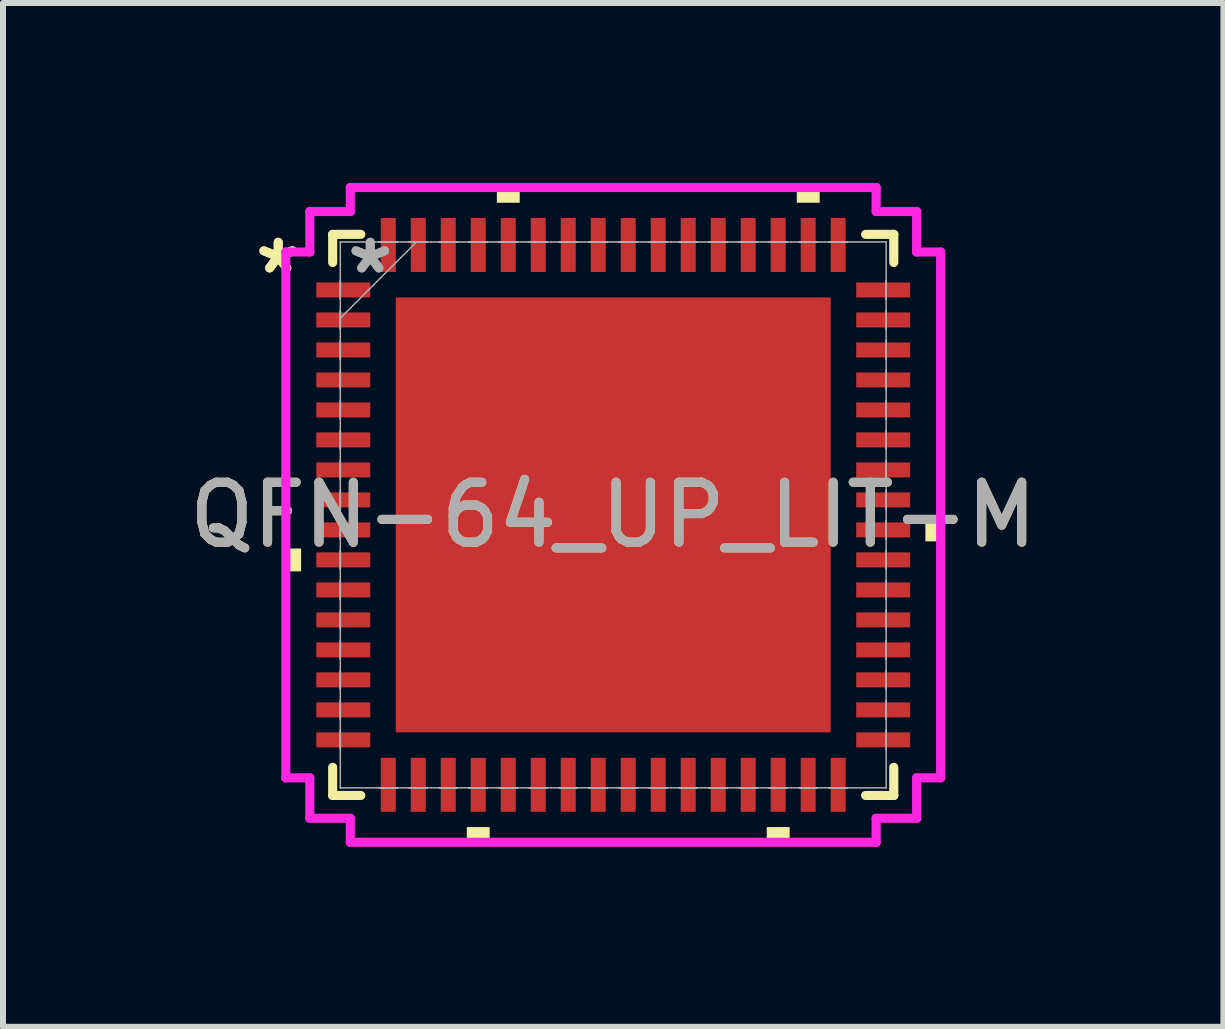
<source format=kicad_pcb>
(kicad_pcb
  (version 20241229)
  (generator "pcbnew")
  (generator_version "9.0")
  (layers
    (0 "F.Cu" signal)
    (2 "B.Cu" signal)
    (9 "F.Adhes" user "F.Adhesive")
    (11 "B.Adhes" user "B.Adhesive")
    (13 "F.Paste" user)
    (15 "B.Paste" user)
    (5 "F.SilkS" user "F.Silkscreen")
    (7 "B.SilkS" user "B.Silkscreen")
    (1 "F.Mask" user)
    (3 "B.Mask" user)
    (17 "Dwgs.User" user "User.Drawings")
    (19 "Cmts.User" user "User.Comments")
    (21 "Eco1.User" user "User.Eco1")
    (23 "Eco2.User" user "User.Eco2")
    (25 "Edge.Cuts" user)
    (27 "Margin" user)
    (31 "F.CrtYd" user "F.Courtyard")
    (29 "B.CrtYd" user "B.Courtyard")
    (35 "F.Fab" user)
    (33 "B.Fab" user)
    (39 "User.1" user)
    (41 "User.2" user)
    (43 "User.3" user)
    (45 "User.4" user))
  (footprint "QFN-64_UP_LIT-M"
    (layer "F.Cu")
    (at 7.173 5.534)
    (property "Reference" "QFN-64_UP_LIT-M" (at 0 0 0) (unlocked yes) (layer "F.SilkS") (effects (font (size 1 1) (thickness 0.15))))
    (attr smd)
    (fp_line (start -4.677 -4.677) (end -4.677 -4.208) (stroke (width 0.152) (type solid)) (layer "F.SilkS"))
    (fp_line (start -4.677 4.208) (end -4.677 4.677) (stroke (width 0.152) (type solid)) (layer "F.SilkS"))
    (fp_line (start -4.677 4.677) (end -4.208 4.677) (stroke (width 0.152) (type solid)) (layer "F.SilkS"))
    (fp_line (start -4.208 -4.677) (end -4.677 -4.677) (stroke (width 0.152) (type solid)) (layer "F.SilkS"))
    (fp_line (start 4.208 4.677) (end 4.677 4.677) (stroke (width 0.152) (type solid)) (layer "F.SilkS"))
    (fp_line (start 4.677 -4.677) (end 4.208 -4.677) (stroke (width 0.152) (type solid)) (layer "F.SilkS"))
    (fp_line (start 4.677 -4.208) (end 4.677 -4.677) (stroke (width 0.152) (type solid)) (layer "F.SilkS"))
    (fp_line (start 4.677 4.677) (end 4.677 4.208) (stroke (width 0.152) (type solid)) (layer "F.SilkS"))
    (fp_poly (pts (xy -5.458 0.56) (xy -5.458 0.941) (xy -5.204 0.941) (xy -5.204 0.56)) (stroke (width 0) (type solid)) (fill yes) (layer "F.SilkS"))
    (fp_poly (pts (xy -2.441 5.204) (xy -2.441 5.458) (xy -2.06 5.458) (xy -2.06 5.204)) (stroke (width 0) (type solid)) (fill yes) (layer "F.SilkS"))
    (fp_poly (pts (xy -1.94 -5.204) (xy -1.94 -5.458) (xy -1.559 -5.458) (xy -1.559 -5.204)) (stroke (width 0) (type solid)) (fill yes) (layer "F.SilkS"))
    (fp_poly (pts (xy 2.559 5.204) (xy 2.559 5.458) (xy 2.941 5.458) (xy 2.941 5.204)) (stroke (width 0) (type solid)) (fill yes) (layer "F.SilkS"))
    (fp_poly (pts (xy 3.06 -5.204) (xy 3.06 -5.458) (xy 3.441 -5.458) (xy 3.441 -5.204)) (stroke (width 0) (type solid)) (fill yes) (layer "F.SilkS"))
    (fp_poly (pts (xy 5.458 0.059) (xy 5.458 0.441) (xy 5.204 0.441) (xy 5.204 0.059)) (stroke (width 0) (type solid)) (fill yes) (layer "F.SilkS"))
    (fp_poly (pts (xy -3.525 -3.525) (xy -3.525 -2.275) (xy -2.275 -2.275) (xy -2.275 -3.525)) (stroke (width 0) (type solid)) (fill yes) (layer "F.Paste"))
    (fp_poly (pts (xy -3.525 -2.075) (xy -3.525 -0.825) (xy -2.275 -0.825) (xy -2.275 -2.075)) (stroke (width 0) (type solid)) (fill yes) (layer "F.Paste"))
    (fp_poly (pts (xy -3.525 -0.625) (xy -3.525 0.625) (xy -2.275 0.625) (xy -2.275 -0.625)) (stroke (width 0) (type solid)) (fill yes) (layer "F.Paste"))
    (fp_poly (pts (xy -3.525 0.825) (xy -3.525 2.075) (xy -2.275 2.075) (xy -2.275 0.825)) (stroke (width 0) (type solid)) (fill yes) (layer "F.Paste"))
    (fp_poly (pts (xy -3.525 2.275) (xy -3.525 3.525) (xy -2.275 3.525) (xy -2.275 2.275)) (stroke (width 0) (type solid)) (fill yes) (layer "F.Paste"))
    (fp_poly (pts (xy -2.075 -3.525) (xy -2.075 -2.275) (xy -0.825 -2.275) (xy -0.825 -3.525)) (stroke (width 0) (type solid)) (fill yes) (layer "F.Paste"))
    (fp_poly (pts (xy -2.075 -2.075) (xy -2.075 -0.825) (xy -0.825 -0.825) (xy -0.825 -2.075)) (stroke (width 0) (type solid)) (fill yes) (layer "F.Paste"))
    (fp_poly (pts (xy -2.075 -0.625) (xy -2.075 0.625) (xy -0.825 0.625) (xy -0.825 -0.625)) (stroke (width 0) (type solid)) (fill yes) (layer "F.Paste"))
    (fp_poly (pts (xy -2.075 0.825) (xy -2.075 2.075) (xy -0.825 2.075) (xy -0.825 0.825)) (stroke (width 0) (type solid)) (fill yes) (layer "F.Paste"))
    (fp_poly (pts (xy -2.075 2.275) (xy -2.075 3.525) (xy -0.825 3.525) (xy -0.825 2.275)) (stroke (width 0) (type solid)) (fill yes) (layer "F.Paste"))
    (fp_poly (pts (xy -0.625 -3.525) (xy -0.625 -2.275) (xy 0.625 -2.275) (xy 0.625 -3.525)) (stroke (width 0) (type solid)) (fill yes) (layer "F.Paste"))
    (fp_poly (pts (xy -0.625 -2.075) (xy -0.625 -0.825) (xy 0.625 -0.825) (xy 0.625 -2.075)) (stroke (width 0) (type solid)) (fill yes) (layer "F.Paste"))
    (fp_poly (pts (xy -0.625 -0.625) (xy -0.625 0.625) (xy 0.625 0.625) (xy 0.625 -0.625)) (stroke (width 0) (type solid)) (fill yes) (layer "F.Paste"))
    (fp_poly (pts (xy -0.625 0.825) (xy -0.625 2.075) (xy 0.625 2.075) (xy 0.625 0.825)) (stroke (width 0) (type solid)) (fill yes) (layer "F.Paste"))
    (fp_poly (pts (xy -0.625 2.275) (xy -0.625 3.525) (xy 0.625 3.525) (xy 0.625 2.275)) (stroke (width 0) (type solid)) (fill yes) (layer "F.Paste"))
    (fp_poly (pts (xy 0.825 -3.525) (xy 0.825 -2.275) (xy 2.075 -2.275) (xy 2.075 -3.525)) (stroke (width 0) (type solid)) (fill yes) (layer "F.Paste"))
    (fp_poly (pts (xy 0.825 -2.075) (xy 0.825 -0.825) (xy 2.075 -0.825) (xy 2.075 -2.075)) (stroke (width 0) (type solid)) (fill yes) (layer "F.Paste"))
    (fp_poly (pts (xy 0.825 -0.625) (xy 0.825 0.625) (xy 2.075 0.625) (xy 2.075 -0.625)) (stroke (width 0) (type solid)) (fill yes) (layer "F.Paste"))
    (fp_poly (pts (xy 0.825 0.825) (xy 0.825 2.075) (xy 2.075 2.075) (xy 2.075 0.825)) (stroke (width 0) (type solid)) (fill yes) (layer "F.Paste"))
    (fp_poly (pts (xy 0.825 2.275) (xy 0.825 3.525) (xy 2.075 3.525) (xy 2.075 2.275)) (stroke (width 0) (type solid)) (fill yes) (layer "F.Paste"))
    (fp_poly (pts (xy 2.275 -3.525) (xy 2.275 -2.275) (xy 3.525 -2.275) (xy 3.525 -3.525)) (stroke (width 0) (type solid)) (fill yes) (layer "F.Paste"))
    (fp_poly (pts (xy 2.275 -2.075) (xy 2.275 -0.825) (xy 3.525 -0.825) (xy 3.525 -2.075)) (stroke (width 0) (type solid)) (fill yes) (layer "F.Paste"))
    (fp_poly (pts (xy 2.275 -0.625) (xy 2.275 0.625) (xy 3.525 0.625) (xy 3.525 -0.625)) (stroke (width 0) (type solid)) (fill yes) (layer "F.Paste"))
    (fp_poly (pts (xy 2.275 0.825) (xy 2.275 2.075) (xy 3.525 2.075) (xy 3.525 0.825)) (stroke (width 0) (type solid)) (fill yes) (layer "F.Paste"))
    (fp_poly (pts (xy 2.275 2.275) (xy 2.275 3.525) (xy 3.525 3.525) (xy 3.525 2.275)) (stroke (width 0) (type solid)) (fill yes) (layer "F.Paste"))
    (fp_line (start -5.458 -4.383) (end -5.058 -4.383) (stroke (width 0.152) (type solid)) (layer "F.CrtYd"))
    (fp_line (start -5.458 4.383) (end -5.458 -4.383) (stroke (width 0.152) (type solid)) (layer "F.CrtYd"))
    (fp_line (start -5.058 -5.058) (end -4.383 -5.058) (stroke (width 0.152) (type solid)) (layer "F.CrtYd"))
    (fp_line (start -5.058 -4.383) (end -5.058 -5.058) (stroke (width 0.152) (type solid)) (layer "F.CrtYd"))
    (fp_line (start -5.058 4.383) (end -5.458 4.383) (stroke (width 0.152) (type solid)) (layer "F.CrtYd"))
    (fp_line (start -5.058 5.058) (end -5.058 4.383) (stroke (width 0.152) (type solid)) (layer "F.CrtYd"))
    (fp_line (start -4.383 -5.458) (end 4.383 -5.458) (stroke (width 0.152) (type solid)) (layer "F.CrtYd"))
    (fp_line (start -4.383 -5.058) (end -4.383 -5.458) (stroke (width 0.152) (type solid)) (layer "F.CrtYd"))
    (fp_line (start -4.383 5.058) (end -5.058 5.058) (stroke (width 0.152) (type solid)) (layer "F.CrtYd"))
    (fp_line (start -4.383 5.458) (end -4.383 5.058) (stroke (width 0.152) (type solid)) (layer "F.CrtYd"))
    (fp_line (start 4.383 -5.458) (end 4.383 -5.058) (stroke (width 0.152) (type solid)) (layer "F.CrtYd"))
    (fp_line (start 4.383 -5.058) (end 5.058 -5.058) (stroke (width 0.152) (type solid)) (layer "F.CrtYd"))
    (fp_line (start 4.383 5.058) (end 4.383 5.458) (stroke (width 0.152) (type solid)) (layer "F.CrtYd"))
    (fp_line (start 4.383 5.458) (end -4.383 5.458) (stroke (width 0.152) (type solid)) (layer "F.CrtYd"))
    (fp_line (start 5.058 -5.058) (end 5.058 -4.383) (stroke (width 0.152) (type solid)) (layer "F.CrtYd"))
    (fp_line (start 5.058 -4.383) (end 5.458 -4.383) (stroke (width 0.152) (type solid)) (layer "F.CrtYd"))
    (fp_line (start 5.058 4.383) (end 5.058 5.058) (stroke (width 0.152) (type solid)) (layer "F.CrtYd"))
    (fp_line (start 5.058 5.058) (end 4.383 5.058) (stroke (width 0.152) (type solid)) (layer "F.CrtYd"))
    (fp_line (start 5.458 -4.383) (end 5.458 4.383) (stroke (width 0.152) (type solid)) (layer "F.CrtYd"))
    (fp_line (start 5.458 4.383) (end 5.058 4.383) (stroke (width 0.152) (type solid)) (layer "F.CrtYd"))
    (fp_line (start -4.55 -4.55) (end -4.55 -4.55) (stroke (width 0.025) (type solid)) (layer "F.Fab"))
    (fp_line (start -4.55 -4.55) (end -4.55 4.55) (stroke (width 0.025) (type solid)) (layer "F.Fab"))
    (fp_line (start -4.55 -3.9) (end -4.55 -3.9) (stroke (width 0.025) (type solid)) (layer "F.Fab"))
    (fp_line (start -4.55 -3.9) (end -4.55 -3.6) (stroke (width 0.025) (type solid)) (layer "F.Fab"))
    (fp_line (start -4.55 -3.6) (end -4.55 -3.9) (stroke (width 0.025) (type solid)) (layer "F.Fab"))
    (fp_line (start -4.55 -3.6) (end -4.55 -3.6) (stroke (width 0.025) (type solid)) (layer "F.Fab"))
    (fp_line (start -4.55 -3.4) (end -4.55 -3.4) (stroke (width 0.025) (type solid)) (layer "F.Fab"))
    (fp_line (start -4.55 -3.4) (end -4.55 -3.1) (stroke (width 0.025) (type solid)) (layer "F.Fab"))
    (fp_line (start -4.55 -3.28) (end -3.28 -4.55) (stroke (width 0.025) (type solid)) (layer "F.Fab"))
    (fp_line (start -4.55 -3.1) (end -4.55 -3.4) (stroke (width 0.025) (type solid)) (layer "F.Fab"))
    (fp_line (start -4.55 -3.1) (end -4.55 -3.1) (stroke (width 0.025) (type solid)) (layer "F.Fab"))
    (fp_line (start -4.55 -2.9) (end -4.55 -2.9) (stroke (width 0.025) (type solid)) (layer "F.Fab"))
    (fp_line (start -4.55 -2.9) (end -4.55 -2.6) (stroke (width 0.025) (type solid)) (layer "F.Fab"))
    (fp_line (start -4.55 -2.6) (end -4.55 -2.9) (stroke (width 0.025) (type solid)) (layer "F.Fab"))
    (fp_line (start -4.55 -2.6) (end -4.55 -2.6) (stroke (width 0.025) (type solid)) (layer "F.Fab"))
    (fp_line (start -4.55 -2.4) (end -4.55 -2.4) (stroke (width 0.025) (type solid)) (layer "F.Fab"))
    (fp_line (start -4.55 -2.4) (end -4.55 -2.1) (stroke (width 0.025) (type solid)) (layer "F.Fab"))
    (fp_line (start -4.55 -2.1) (end -4.55 -2.4) (stroke (width 0.025) (type solid)) (layer "F.Fab"))
    (fp_line (start -4.55 -2.1) (end -4.55 -2.1) (stroke (width 0.025) (type solid)) (layer "F.Fab"))
    (fp_line (start -4.55 -1.9) (end -4.55 -1.9) (stroke (width 0.025) (type solid)) (layer "F.Fab"))
    (fp_line (start -4.55 -1.9) (end -4.55 -1.6) (stroke (width 0.025) (type solid)) (layer "F.Fab"))
    (fp_line (start -4.55 -1.6) (end -4.55 -1.9) (stroke (width 0.025) (type solid)) (layer "F.Fab"))
    (fp_line (start -4.55 -1.6) (end -4.55 -1.6) (stroke (width 0.025) (type solid)) (layer "F.Fab"))
    (fp_line (start -4.55 -1.4) (end -4.55 -1.4) (stroke (width 0.025) (type solid)) (layer "F.Fab"))
    (fp_line (start -4.55 -1.4) (end -4.55 -1.1) (stroke (width 0.025) (type solid)) (layer "F.Fab"))
    (fp_line (start -4.55 -1.1) (end -4.55 -1.4) (stroke (width 0.025) (type solid)) (layer "F.Fab"))
    (fp_line (start -4.55 -1.1) (end -4.55 -1.1) (stroke (width 0.025) (type solid)) (layer "F.Fab"))
    (fp_line (start -4.55 -0.9) (end -4.55 -0.9) (stroke (width 0.025) (type solid)) (layer "F.Fab"))
    (fp_line (start -4.55 -0.9) (end -4.55 -0.6) (stroke (width 0.025) (type solid)) (layer "F.Fab"))
    (fp_line (start -4.55 -0.6) (end -4.55 -0.9) (stroke (width 0.025) (type solid)) (layer "F.Fab"))
    (fp_line (start -4.55 -0.6) (end -4.55 -0.6) (stroke (width 0.025) (type solid)) (layer "F.Fab"))
    (fp_line (start -4.55 -0.4) (end -4.55 -0.4) (stroke (width 0.025) (type solid)) (layer "F.Fab"))
    (fp_line (start -4.55 -0.4) (end -4.55 -0.1) (stroke (width 0.025) (type solid)) (layer "F.Fab"))
    (fp_line (start -4.55 -0.1) (end -4.55 -0.4) (stroke (width 0.025) (type solid)) (layer "F.Fab"))
    (fp_line (start -4.55 -0.1) (end -4.55 -0.1) (stroke (width 0.025) (type solid)) (layer "F.Fab"))
    (fp_line (start -4.55 0.1) (end -4.55 0.1) (stroke (width 0.025) (type solid)) (layer "F.Fab"))
    (fp_line (start -4.55 0.1) (end -4.55 0.4) (stroke (width 0.025) (type solid)) (layer "F.Fab"))
    (fp_line (start -4.55 0.4) (end -4.55 0.1) (stroke (width 0.025) (type solid)) (layer "F.Fab"))
    (fp_line (start -4.55 0.4) (end -4.55 0.4) (stroke (width 0.025) (type solid)) (layer "F.Fab"))
    (fp_line (start -4.55 0.6) (end -4.55 0.6) (stroke (width 0.025) (type solid)) (layer "F.Fab"))
    (fp_line (start -4.55 0.6) (end -4.55 0.9) (stroke (width 0.025) (type solid)) (layer "F.Fab"))
    (fp_line (start -4.55 0.9) (end -4.55 0.6) (stroke (width 0.025) (type solid)) (layer "F.Fab"))
    (fp_line (start -4.55 0.9) (end -4.55 0.9) (stroke (width 0.025) (type solid)) (layer "F.Fab"))
    (fp_line (start -4.55 1.1) (end -4.55 1.1) (stroke (width 0.025) (type solid)) (layer "F.Fab"))
    (fp_line (start -4.55 1.1) (end -4.55 1.4) (stroke (width 0.025) (type solid)) (layer "F.Fab"))
    (fp_line (start -4.55 1.4) (end -4.55 1.1) (stroke (width 0.025) (type solid)) (layer "F.Fab"))
    (fp_line (start -4.55 1.4) (end -4.55 1.4) (stroke (width 0.025) (type solid)) (layer "F.Fab"))
    (fp_line (start -4.55 1.6) (end -4.55 1.6) (stroke (width 0.025) (type solid)) (layer "F.Fab"))
    (fp_line (start -4.55 1.6) (end -4.55 1.9) (stroke (width 0.025) (type solid)) (layer "F.Fab"))
    (fp_line (start -4.55 1.9) (end -4.55 1.6) (stroke (width 0.025) (type solid)) (layer "F.Fab"))
    (fp_line (start -4.55 1.9) (end -4.55 1.9) (stroke (width 0.025) (type solid)) (layer "F.Fab"))
    (fp_line (start -4.55 2.1) (end -4.55 2.1) (stroke (width 0.025) (type solid)) (layer "F.Fab"))
    (fp_line (start -4.55 2.1) (end -4.55 2.4) (stroke (width 0.025) (type solid)) (layer "F.Fab"))
    (fp_line (start -4.55 2.4) (end -4.55 2.1) (stroke (width 0.025) (type solid)) (layer "F.Fab"))
    (fp_line (start -4.55 2.4) (end -4.55 2.4) (stroke (width 0.025) (type solid)) (layer "F.Fab"))
    (fp_line (start -4.55 2.6) (end -4.55 2.6) (stroke (width 0.025) (type solid)) (layer "F.Fab"))
    (fp_line (start -4.55 2.6) (end -4.55 2.9) (stroke (width 0.025) (type solid)) (layer "F.Fab"))
    (fp_line (start -4.55 2.9) (end -4.55 2.6) (stroke (width 0.025) (type solid)) (layer "F.Fab"))
    (fp_line (start -4.55 2.9) (end -4.55 2.9) (stroke (width 0.025) (type solid)) (layer "F.Fab"))
    (fp_line (start -4.55 3.1) (end -4.55 3.1) (stroke (width 0.025) (type solid)) (layer "F.Fab"))
    (fp_line (start -4.55 3.1) (end -4.55 3.4) (stroke (width 0.025) (type solid)) (layer "F.Fab"))
    (fp_line (start -4.55 3.4) (end -4.55 3.1) (stroke (width 0.025) (type solid)) (layer "F.Fab"))
    (fp_line (start -4.55 3.4) (end -4.55 3.4) (stroke (width 0.025) (type solid)) (layer "F.Fab"))
    (fp_line (start -4.55 3.6) (end -4.55 3.6) (stroke (width 0.025) (type solid)) (layer "F.Fab"))
    (fp_line (start -4.55 3.6) (end -4.55 3.9) (stroke (width 0.025) (type solid)) (layer "F.Fab"))
    (fp_line (start -4.55 3.9) (end -4.55 3.6) (stroke (width 0.025) (type solid)) (layer "F.Fab"))
    (fp_line (start -4.55 3.9) (end -4.55 3.9) (stroke (width 0.025) (type solid)) (layer "F.Fab"))
    (fp_line (start -4.55 4.55) (end -4.55 4.55) (stroke (width 0.025) (type solid)) (layer "F.Fab"))
    (fp_line (start -4.55 4.55) (end 4.55 4.55) (stroke (width 0.025) (type solid)) (layer "F.Fab"))
    (fp_line (start -3.9 -4.55) (end -3.9 -4.55) (stroke (width 0.025) (type solid)) (layer "F.Fab"))
    (fp_line (start -3.9 -4.55) (end -3.6 -4.55) (stroke (width 0.025) (type solid)) (layer "F.Fab"))
    (fp_line (start -3.9 4.55) (end -3.9 4.55) (stroke (width 0.025) (type solid)) (layer "F.Fab"))
    (fp_line (start -3.9 4.55) (end -3.6 4.55) (stroke (width 0.025) (type solid)) (layer "F.Fab"))
    (fp_line (start -3.6 -4.55) (end -3.9 -4.55) (stroke (width 0.025) (type solid)) (layer "F.Fab"))
    (fp_line (start -3.6 -4.55) (end -3.6 -4.55) (stroke (width 0.025) (type solid)) (layer "F.Fab"))
    (fp_line (start -3.6 4.55) (end -3.9 4.55) (stroke (width 0.025) (type solid)) (layer "F.Fab"))
    (fp_line (start -3.6 4.55) (end -3.6 4.55) (stroke (width 0.025) (type solid)) (layer "F.Fab"))
    (fp_line (start -3.4 -4.55) (end -3.4 -4.55) (stroke (width 0.025) (type solid)) (layer "F.Fab"))
    (fp_line (start -3.4 -4.55) (end -3.1 -4.55) (stroke (width 0.025) (type solid)) (layer "F.Fab"))
    (fp_line (start -3.4 4.55) (end -3.4 4.55) (stroke (width 0.025) (type solid)) (layer "F.Fab"))
    (fp_line (start -3.4 4.55) (end -3.1 4.55) (stroke (width 0.025) (type solid)) (layer "F.Fab"))
    (fp_line (start -3.1 -4.55) (end -3.4 -4.55) (stroke (width 0.025) (type solid)) (layer "F.Fab"))
    (fp_line (start -3.1 -4.55) (end -3.1 -4.55) (stroke (width 0.025) (type solid)) (layer "F.Fab"))
    (fp_line (start -3.1 4.55) (end -3.4 4.55) (stroke (width 0.025) (type solid)) (layer "F.Fab"))
    (fp_line (start -3.1 4.55) (end -3.1 4.55) (stroke (width 0.025) (type solid)) (layer "F.Fab"))
    (fp_line (start -2.9 -4.55) (end -2.9 -4.55) (stroke (width 0.025) (type solid)) (layer "F.Fab"))
    (fp_line (start -2.9 -4.55) (end -2.6 -4.55) (stroke (width 0.025) (type solid)) (layer "F.Fab"))
    (fp_line (start -2.9 4.55) (end -2.9 4.55) (stroke (width 0.025) (type solid)) (layer "F.Fab"))
    (fp_line (start -2.9 4.55) (end -2.6 4.55) (stroke (width 0.025) (type solid)) (layer "F.Fab"))
    (fp_line (start -2.6 -4.55) (end -2.9 -4.55) (stroke (width 0.025) (type solid)) (layer "F.Fab"))
    (fp_line (start -2.6 -4.55) (end -2.6 -4.55) (stroke (width 0.025) (type solid)) (layer "F.Fab"))
    (fp_line (start -2.6 4.55) (end -2.9 4.55) (stroke (width 0.025) (type solid)) (layer "F.Fab"))
    (fp_line (start -2.6 4.55) (end -2.6 4.55) (stroke (width 0.025) (type solid)) (layer "F.Fab"))
    (fp_line (start -2.4 -4.55) (end -2.4 -4.55) (stroke (width 0.025) (type solid)) (layer "F.Fab"))
    (fp_line (start -2.4 -4.55) (end -2.1 -4.55) (stroke (width 0.025) (type solid)) (layer "F.Fab"))
    (fp_line (start -2.4 4.55) (end -2.4 4.55) (stroke (width 0.025) (type solid)) (layer "F.Fab"))
    (fp_line (start -2.4 4.55) (end -2.1 4.55) (stroke (width 0.025) (type solid)) (layer "F.Fab"))
    (fp_line (start -2.1 -4.55) (end -2.4 -4.55) (stroke (width 0.025) (type solid)) (layer "F.Fab"))
    (fp_line (start -2.1 -4.55) (end -2.1 -4.55) (stroke (width 0.025) (type solid)) (layer "F.Fab"))
    (fp_line (start -2.1 4.55) (end -2.4 4.55) (stroke (width 0.025) (type solid)) (layer "F.Fab"))
    (fp_line (start -2.1 4.55) (end -2.1 4.55) (stroke (width 0.025) (type solid)) (layer "F.Fab"))
    (fp_line (start -1.9 -4.55) (end -1.9 -4.55) (stroke (width 0.025) (type solid)) (layer "F.Fab"))
    (fp_line (start -1.9 -4.55) (end -1.6 -4.55) (stroke (width 0.025) (type solid)) (layer "F.Fab"))
    (fp_line (start -1.9 4.55) (end -1.9 4.55) (stroke (width 0.025) (type solid)) (layer "F.Fab"))
    (fp_line (start -1.9 4.55) (end -1.6 4.55) (stroke (width 0.025) (type solid)) (layer "F.Fab"))
    (fp_line (start -1.6 -4.55) (end -1.9 -4.55) (stroke (width 0.025) (type solid)) (layer "F.Fab"))
    (fp_line (start -1.6 -4.55) (end -1.6 -4.55) (stroke (width 0.025) (type solid)) (layer "F.Fab"))
    (fp_line (start -1.6 4.55) (end -1.9 4.55) (stroke (width 0.025) (type solid)) (layer "F.Fab"))
    (fp_line (start -1.6 4.55) (end -1.6 4.55) (stroke (width 0.025) (type solid)) (layer "F.Fab"))
    (fp_line (start -1.4 -4.55) (end -1.4 -4.55) (stroke (width 0.025) (type solid)) (layer "F.Fab"))
    (fp_line (start -1.4 -4.55) (end -1.1 -4.55) (stroke (width 0.025) (type solid)) (layer "F.Fab"))
    (fp_line (start -1.4 4.55) (end -1.4 4.55) (stroke (width 0.025) (type solid)) (layer "F.Fab"))
    (fp_line (start -1.4 4.55) (end -1.1 4.55) (stroke (width 0.025) (type solid)) (layer "F.Fab"))
    (fp_line (start -1.1 -4.55) (end -1.4 -4.55) (stroke (width 0.025) (type solid)) (layer "F.Fab"))
    (fp_line (start -1.1 -4.55) (end -1.1 -4.55) (stroke (width 0.025) (type solid)) (layer "F.Fab"))
    (fp_line (start -1.1 4.55) (end -1.4 4.55) (stroke (width 0.025) (type solid)) (layer "F.Fab"))
    (fp_line (start -1.1 4.55) (end -1.1 4.55) (stroke (width 0.025) (type solid)) (layer "F.Fab"))
    (fp_line (start -0.9 -4.55) (end -0.9 -4.55) (stroke (width 0.025) (type solid)) (layer "F.Fab"))
    (fp_line (start -0.9 -4.55) (end -0.6 -4.55) (stroke (width 0.025) (type solid)) (layer "F.Fab"))
    (fp_line (start -0.9 4.55) (end -0.9 4.55) (stroke (width 0.025) (type solid)) (layer "F.Fab"))
    (fp_line (start -0.9 4.55) (end -0.6 4.55) (stroke (width 0.025) (type solid)) (layer "F.Fab"))
    (fp_line (start -0.6 -4.55) (end -0.9 -4.55) (stroke (width 0.025) (type solid)) (layer "F.Fab"))
    (fp_line (start -0.6 -4.55) (end -0.6 -4.55) (stroke (width 0.025) (type solid)) (layer "F.Fab"))
    (fp_line (start -0.6 4.55) (end -0.9 4.55) (stroke (width 0.025) (type solid)) (layer "F.Fab"))
    (fp_line (start -0.6 4.55) (end -0.6 4.55) (stroke (width 0.025) (type solid)) (layer "F.Fab"))
    (fp_line (start -0.4 -4.55) (end -0.4 -4.55) (stroke (width 0.025) (type solid)) (layer "F.Fab"))
    (fp_line (start -0.4 -4.55) (end -0.1 -4.55) (stroke (width 0.025) (type solid)) (layer "F.Fab"))
    (fp_line (start -0.4 4.55) (end -0.4 4.55) (stroke (width 0.025) (type solid)) (layer "F.Fab"))
    (fp_line (start -0.4 4.55) (end -0.1 4.55) (stroke (width 0.025) (type solid)) (layer "F.Fab"))
    (fp_line (start -0.1 -4.55) (end -0.4 -4.55) (stroke (width 0.025) (type solid)) (layer "F.Fab"))
    (fp_line (start -0.1 -4.55) (end -0.1 -4.55) (stroke (width 0.025) (type solid)) (layer "F.Fab"))
    (fp_line (start -0.1 4.55) (end -0.4 4.55) (stroke (width 0.025) (type solid)) (layer "F.Fab"))
    (fp_line (start -0.1 4.55) (end -0.1 4.55) (stroke (width 0.025) (type solid)) (layer "F.Fab"))
    (fp_line (start 0.1 -4.55) (end 0.1 -4.55) (stroke (width 0.025) (type solid)) (layer "F.Fab"))
    (fp_line (start 0.1 -4.55) (end 0.4 -4.55) (stroke (width 0.025) (type solid)) (layer "F.Fab"))
    (fp_line (start 0.1 4.55) (end 0.1 4.55) (stroke (width 0.025) (type solid)) (layer "F.Fab"))
    (fp_line (start 0.1 4.55) (end 0.4 4.55) (stroke (width 0.025) (type solid)) (layer "F.Fab"))
    (fp_line (start 0.4 -4.55) (end 0.1 -4.55) (stroke (width 0.025) (type solid)) (layer "F.Fab"))
    (fp_line (start 0.4 -4.55) (end 0.4 -4.55) (stroke (width 0.025) (type solid)) (layer "F.Fab"))
    (fp_line (start 0.4 4.55) (end 0.1 4.55) (stroke (width 0.025) (type solid)) (layer "F.Fab"))
    (fp_line (start 0.4 4.55) (end 0.4 4.55) (stroke (width 0.025) (type solid)) (layer "F.Fab"))
    (fp_line (start 0.6 -4.55) (end 0.6 -4.55) (stroke (width 0.025) (type solid)) (layer "F.Fab"))
    (fp_line (start 0.6 -4.55) (end 0.9 -4.55) (stroke (width 0.025) (type solid)) (layer "F.Fab"))
    (fp_line (start 0.6 4.55) (end 0.6 4.55) (stroke (width 0.025) (type solid)) (layer "F.Fab"))
    (fp_line (start 0.6 4.55) (end 0.9 4.55) (stroke (width 0.025) (type solid)) (layer "F.Fab"))
    (fp_line (start 0.9 -4.55) (end 0.6 -4.55) (stroke (width 0.025) (type solid)) (layer "F.Fab"))
    (fp_line (start 0.9 -4.55) (end 0.9 -4.55) (stroke (width 0.025) (type solid)) (layer "F.Fab"))
    (fp_line (start 0.9 4.55) (end 0.6 4.55) (stroke (width 0.025) (type solid)) (layer "F.Fab"))
    (fp_line (start 0.9 4.55) (end 0.9 4.55) (stroke (width 0.025) (type solid)) (layer "F.Fab"))
    (fp_line (start 1.1 -4.55) (end 1.1 -4.55) (stroke (width 0.025) (type solid)) (layer "F.Fab"))
    (fp_line (start 1.1 -4.55) (end 1.4 -4.55) (stroke (width 0.025) (type solid)) (layer "F.Fab"))
    (fp_line (start 1.1 4.55) (end 1.1 4.55) (stroke (width 0.025) (type solid)) (layer "F.Fab"))
    (fp_line (start 1.1 4.55) (end 1.4 4.55) (stroke (width 0.025) (type solid)) (layer "F.Fab"))
    (fp_line (start 1.4 -4.55) (end 1.1 -4.55) (stroke (width 0.025) (type solid)) (layer "F.Fab"))
    (fp_line (start 1.4 -4.55) (end 1.4 -4.55) (stroke (width 0.025) (type solid)) (layer "F.Fab"))
    (fp_line (start 1.4 4.55) (end 1.1 4.55) (stroke (width 0.025) (type solid)) (layer "F.Fab"))
    (fp_line (start 1.4 4.55) (end 1.4 4.55) (stroke (width 0.025) (type solid)) (layer "F.Fab"))
    (fp_line (start 1.6 -4.55) (end 1.6 -4.55) (stroke (width 0.025) (type solid)) (layer "F.Fab"))
    (fp_line (start 1.6 -4.55) (end 1.9 -4.55) (stroke (width 0.025) (type solid)) (layer "F.Fab"))
    (fp_line (start 1.6 4.55) (end 1.6 4.55) (stroke (width 0.025) (type solid)) (layer "F.Fab"))
    (fp_line (start 1.6 4.55) (end 1.9 4.55) (stroke (width 0.025) (type solid)) (layer "F.Fab"))
    (fp_line (start 1.9 -4.55) (end 1.6 -4.55) (stroke (width 0.025) (type solid)) (layer "F.Fab"))
    (fp_line (start 1.9 -4.55) (end 1.9 -4.55) (stroke (width 0.025) (type solid)) (layer "F.Fab"))
    (fp_line (start 1.9 4.55) (end 1.6 4.55) (stroke (width 0.025) (type solid)) (layer "F.Fab"))
    (fp_line (start 1.9 4.55) (end 1.9 4.55) (stroke (width 0.025) (type solid)) (layer "F.Fab"))
    (fp_line (start 2.1 -4.55) (end 2.1 -4.55) (stroke (width 0.025) (type solid)) (layer "F.Fab"))
    (fp_line (start 2.1 -4.55) (end 2.4 -4.55) (stroke (width 0.025) (type solid)) (layer "F.Fab"))
    (fp_line (start 2.1 4.55) (end 2.1 4.55) (stroke (width 0.025) (type solid)) (layer "F.Fab"))
    (fp_line (start 2.1 4.55) (end 2.4 4.55) (stroke (width 0.025) (type solid)) (layer "F.Fab"))
    (fp_line (start 2.4 -4.55) (end 2.1 -4.55) (stroke (width 0.025) (type solid)) (layer "F.Fab"))
    (fp_line (start 2.4 -4.55) (end 2.4 -4.55) (stroke (width 0.025) (type solid)) (layer "F.Fab"))
    (fp_line (start 2.4 4.55) (end 2.1 4.55) (stroke (width 0.025) (type solid)) (layer "F.Fab"))
    (fp_line (start 2.4 4.55) (end 2.4 4.55) (stroke (width 0.025) (type solid)) (layer "F.Fab"))
    (fp_line (start 2.6 -4.55) (end 2.6 -4.55) (stroke (width 0.025) (type solid)) (layer "F.Fab"))
    (fp_line (start 2.6 -4.55) (end 2.9 -4.55) (stroke (width 0.025) (type solid)) (layer "F.Fab"))
    (fp_line (start 2.6 4.55) (end 2.6 4.55) (stroke (width 0.025) (type solid)) (layer "F.Fab"))
    (fp_line (start 2.6 4.55) (end 2.9 4.55) (stroke (width 0.025) (type solid)) (layer "F.Fab"))
    (fp_line (start 2.9 -4.55) (end 2.6 -4.55) (stroke (width 0.025) (type solid)) (layer "F.Fab"))
    (fp_line (start 2.9 -4.55) (end 2.9 -4.55) (stroke (width 0.025) (type solid)) (layer "F.Fab"))
    (fp_line (start 2.9 4.55) (end 2.6 4.55) (stroke (width 0.025) (type solid)) (layer "F.Fab"))
    (fp_line (start 2.9 4.55) (end 2.9 4.55) (stroke (width 0.025) (type solid)) (layer "F.Fab"))
    (fp_line (start 3.1 -4.55) (end 3.1 -4.55) (stroke (width 0.025) (type solid)) (layer "F.Fab"))
    (fp_line (start 3.1 -4.55) (end 3.4 -4.55) (stroke (width 0.025) (type solid)) (layer "F.Fab"))
    (fp_line (start 3.1 4.55) (end 3.1 4.55) (stroke (width 0.025) (type solid)) (layer "F.Fab"))
    (fp_line (start 3.1 4.55) (end 3.4 4.55) (stroke (width 0.025) (type solid)) (layer "F.Fab"))
    (fp_line (start 3.4 -4.55) (end 3.1 -4.55) (stroke (width 0.025) (type solid)) (layer "F.Fab"))
    (fp_line (start 3.4 -4.55) (end 3.4 -4.55) (stroke (width 0.025) (type solid)) (layer "F.Fab"))
    (fp_line (start 3.4 4.55) (end 3.1 4.55) (stroke (width 0.025) (type solid)) (layer "F.Fab"))
    (fp_line (start 3.4 4.55) (end 3.4 4.55) (stroke (width 0.025) (type solid)) (layer "F.Fab"))
    (fp_line (start 3.6 -4.55) (end 3.6 -4.55) (stroke (width 0.025) (type solid)) (layer "F.Fab"))
    (fp_line (start 3.6 -4.55) (end 3.9 -4.55) (stroke (width 0.025) (type solid)) (layer "F.Fab"))
    (fp_line (start 3.6 4.55) (end 3.6 4.55) (stroke (width 0.025) (type solid)) (layer "F.Fab"))
    (fp_line (start 3.6 4.55) (end 3.9 4.55) (stroke (width 0.025) (type solid)) (layer "F.Fab"))
    (fp_line (start 3.9 -4.55) (end 3.6 -4.55) (stroke (width 0.025) (type solid)) (layer "F.Fab"))
    (fp_line (start 3.9 -4.55) (end 3.9 -4.55) (stroke (width 0.025) (type solid)) (layer "F.Fab"))
    (fp_line (start 3.9 4.55) (end 3.6 4.55) (stroke (width 0.025) (type solid)) (layer "F.Fab"))
    (fp_line (start 3.9 4.55) (end 3.9 4.55) (stroke (width 0.025) (type solid)) (layer "F.Fab"))
    (fp_line (start 4.55 -4.55) (end -4.55 -4.55) (stroke (width 0.025) (type solid)) (layer "F.Fab"))
    (fp_line (start 4.55 -4.55) (end 4.55 -4.55) (stroke (width 0.025) (type solid)) (layer "F.Fab"))
    (fp_line (start 4.55 -3.9) (end 4.55 -3.9) (stroke (width 0.025) (type solid)) (layer "F.Fab"))
    (fp_line (start 4.55 -3.9) (end 4.55 -3.6) (stroke (width 0.025) (type solid)) (layer "F.Fab"))
    (fp_line (start 4.55 -3.6) (end 4.55 -3.9) (stroke (width 0.025) (type solid)) (layer "F.Fab"))
    (fp_line (start 4.55 -3.6) (end 4.55 -3.6) (stroke (width 0.025) (type solid)) (layer "F.Fab"))
    (fp_line (start 4.55 -3.4) (end 4.55 -3.4) (stroke (width 0.025) (type solid)) (layer "F.Fab"))
    (fp_line (start 4.55 -3.4) (end 4.55 -3.1) (stroke (width 0.025) (type solid)) (layer "F.Fab"))
    (fp_line (start 4.55 -3.1) (end 4.55 -3.4) (stroke (width 0.025) (type solid)) (layer "F.Fab"))
    (fp_line (start 4.55 -3.1) (end 4.55 -3.1) (stroke (width 0.025) (type solid)) (layer "F.Fab"))
    (fp_line (start 4.55 -2.9) (end 4.55 -2.9) (stroke (width 0.025) (type solid)) (layer "F.Fab"))
    (fp_line (start 4.55 -2.9) (end 4.55 -2.6) (stroke (width 0.025) (type solid)) (layer "F.Fab"))
    (fp_line (start 4.55 -2.6) (end 4.55 -2.9) (stroke (width 0.025) (type solid)) (layer "F.Fab"))
    (fp_line (start 4.55 -2.6) (end 4.55 -2.6) (stroke (width 0.025) (type solid)) (layer "F.Fab"))
    (fp_line (start 4.55 -2.4) (end 4.55 -2.4) (stroke (width 0.025) (type solid)) (layer "F.Fab"))
    (fp_line (start 4.55 -2.4) (end 4.55 -2.1) (stroke (width 0.025) (type solid)) (layer "F.Fab"))
    (fp_line (start 4.55 -2.1) (end 4.55 -2.4) (stroke (width 0.025) (type solid)) (layer "F.Fab"))
    (fp_line (start 4.55 -2.1) (end 4.55 -2.1) (stroke (width 0.025) (type solid)) (layer "F.Fab"))
    (fp_line (start 4.55 -1.9) (end 4.55 -1.9) (stroke (width 0.025) (type solid)) (layer "F.Fab"))
    (fp_line (start 4.55 -1.9) (end 4.55 -1.6) (stroke (width 0.025) (type solid)) (layer "F.Fab"))
    (fp_line (start 4.55 -1.6) (end 4.55 -1.9) (stroke (width 0.025) (type solid)) (layer "F.Fab"))
    (fp_line (start 4.55 -1.6) (end 4.55 -1.6) (stroke (width 0.025) (type solid)) (layer "F.Fab"))
    (fp_line (start 4.55 -1.4) (end 4.55 -1.4) (stroke (width 0.025) (type solid)) (layer "F.Fab"))
    (fp_line (start 4.55 -1.4) (end 4.55 -1.1) (stroke (width 0.025) (type solid)) (layer "F.Fab"))
    (fp_line (start 4.55 -1.1) (end 4.55 -1.4) (stroke (width 0.025) (type solid)) (layer "F.Fab"))
    (fp_line (start 4.55 -1.1) (end 4.55 -1.1) (stroke (width 0.025) (type solid)) (layer "F.Fab"))
    (fp_line (start 4.55 -0.9) (end 4.55 -0.9) (stroke (width 0.025) (type solid)) (layer "F.Fab"))
    (fp_line (start 4.55 -0.9) (end 4.55 -0.6) (stroke (width 0.025) (type solid)) (layer "F.Fab"))
    (fp_line (start 4.55 -0.6) (end 4.55 -0.9) (stroke (width 0.025) (type solid)) (layer "F.Fab"))
    (fp_line (start 4.55 -0.6) (end 4.55 -0.6) (stroke (width 0.025) (type solid)) (layer "F.Fab"))
    (fp_line (start 4.55 -0.4) (end 4.55 -0.4) (stroke (width 0.025) (type solid)) (layer "F.Fab"))
    (fp_line (start 4.55 -0.4) (end 4.55 -0.1) (stroke (width 0.025) (type solid)) (layer "F.Fab"))
    (fp_line (start 4.55 -0.1) (end 4.55 -0.4) (stroke (width 0.025) (type solid)) (layer "F.Fab"))
    (fp_line (start 4.55 -0.1) (end 4.55 -0.1) (stroke (width 0.025) (type solid)) (layer "F.Fab"))
    (fp_line (start 4.55 0.1) (end 4.55 0.1) (stroke (width 0.025) (type solid)) (layer "F.Fab"))
    (fp_line (start 4.55 0.1) (end 4.55 0.4) (stroke (width 0.025) (type solid)) (layer "F.Fab"))
    (fp_line (start 4.55 0.4) (end 4.55 0.1) (stroke (width 0.025) (type solid)) (layer "F.Fab"))
    (fp_line (start 4.55 0.4) (end 4.55 0.4) (stroke (width 0.025) (type solid)) (layer "F.Fab"))
    (fp_line (start 4.55 0.6) (end 4.55 0.6) (stroke (width 0.025) (type solid)) (layer "F.Fab"))
    (fp_line (start 4.55 0.6) (end 4.55 0.9) (stroke (width 0.025) (type solid)) (layer "F.Fab"))
    (fp_line (start 4.55 0.9) (end 4.55 0.6) (stroke (width 0.025) (type solid)) (layer "F.Fab"))
    (fp_line (start 4.55 0.9) (end 4.55 0.9) (stroke (width 0.025) (type solid)) (layer "F.Fab"))
    (fp_line (start 4.55 1.1) (end 4.55 1.1) (stroke (width 0.025) (type solid)) (layer "F.Fab"))
    (fp_line (start 4.55 1.1) (end 4.55 1.4) (stroke (width 0.025) (type solid)) (layer "F.Fab"))
    (fp_line (start 4.55 1.4) (end 4.55 1.1) (stroke (width 0.025) (type solid)) (layer "F.Fab"))
    (fp_line (start 4.55 1.4) (end 4.55 1.4) (stroke (width 0.025) (type solid)) (layer "F.Fab"))
    (fp_line (start 4.55 1.6) (end 4.55 1.6) (stroke (width 0.025) (type solid)) (layer "F.Fab"))
    (fp_line (start 4.55 1.6) (end 4.55 1.9) (stroke (width 0.025) (type solid)) (layer "F.Fab"))
    (fp_line (start 4.55 1.9) (end 4.55 1.6) (stroke (width 0.025) (type solid)) (layer "F.Fab"))
    (fp_line (start 4.55 1.9) (end 4.55 1.9) (stroke (width 0.025) (type solid)) (layer "F.Fab"))
    (fp_line (start 4.55 2.1) (end 4.55 2.1) (stroke (width 0.025) (type solid)) (layer "F.Fab"))
    (fp_line (start 4.55 2.1) (end 4.55 2.4) (stroke (width 0.025) (type solid)) (layer "F.Fab"))
    (fp_line (start 4.55 2.4) (end 4.55 2.1) (stroke (width 0.025) (type solid)) (layer "F.Fab"))
    (fp_line (start 4.55 2.4) (end 4.55 2.4) (stroke (width 0.025) (type solid)) (layer "F.Fab"))
    (fp_line (start 4.55 2.6) (end 4.55 2.6) (stroke (width 0.025) (type solid)) (layer "F.Fab"))
    (fp_line (start 4.55 2.6) (end 4.55 2.9) (stroke (width 0.025) (type solid)) (layer "F.Fab"))
    (fp_line (start 4.55 2.9) (end 4.55 2.6) (stroke (width 0.025) (type solid)) (layer "F.Fab"))
    (fp_line (start 4.55 2.9) (end 4.55 2.9) (stroke (width 0.025) (type solid)) (layer "F.Fab"))
    (fp_line (start 4.55 3.1) (end 4.55 3.1) (stroke (width 0.025) (type solid)) (layer "F.Fab"))
    (fp_line (start 4.55 3.1) (end 4.55 3.4) (stroke (width 0.025) (type solid)) (layer "F.Fab"))
    (fp_line (start 4.55 3.4) (end 4.55 3.1) (stroke (width 0.025) (type solid)) (layer "F.Fab"))
    (fp_line (start 4.55 3.4) (end 4.55 3.4) (stroke (width 0.025) (type solid)) (layer "F.Fab"))
    (fp_line (start 4.55 3.6) (end 4.55 3.6) (stroke (width 0.025) (type solid)) (layer "F.Fab"))
    (fp_line (start 4.55 3.6) (end 4.55 3.9) (stroke (width 0.025) (type solid)) (layer "F.Fab"))
    (fp_line (start 4.55 3.9) (end 4.55 3.6) (stroke (width 0.025) (type solid)) (layer "F.Fab"))
    (fp_line (start 4.55 3.9) (end 4.55 3.9) (stroke (width 0.025) (type solid)) (layer "F.Fab"))
    (fp_line (start 4.55 4.55) (end 4.55 -4.55) (stroke (width 0.025) (type solid)) (layer "F.Fab"))
    (fp_line (start 4.55 4.55) (end 4.55 4.55) (stroke (width 0.025) (type solid)) (layer "F.Fab"))
    (fp_text user "*" (at -5.585 -4 0) (unlocked yes) (layer "F.SilkS") (effects (font (size 1 1) (thickness 0.15))))
    (fp_text user "*" (at -5.585 -4 0) (layer "F.SilkS") (effects (font (size 1 1) (thickness 0.15))))
    (fp_text user "*" (at -4.05 -4 0) (layer "F.Fab") (effects (font (size 1 1) (thickness 0.15))))
    (fp_text user "*" (at -4.05 -4 0) (unlocked yes) (layer "F.Fab") (effects (font (size 1 1) (thickness 0.15))))
    (fp_text user "${REFERENCE}" (at 0 0 0) (unlocked yes) (layer "F.Fab") (effects (font (size 1 1) (thickness 0.15))))
    (pad "1" smd rect (at -4.5 -3.75 90) (size 0.25 0.9) (layers "F.Cu" "F.Mask" "F.Paste"))
    (pad "2" smd rect (at -4.5 -3.25 90) (size 0.25 0.9) (layers "F.Cu" "F.Mask" "F.Paste"))
    (pad "3" smd rect (at -4.5 -2.75 90) (size 0.25 0.9) (layers "F.Cu" "F.Mask" "F.Paste"))
    (pad "4" smd rect (at -4.5 -2.25 90) (size 0.25 0.9) (layers "F.Cu" "F.Mask" "F.Paste"))
    (pad "5" smd rect (at -4.5 -1.75 90) (size 0.25 0.9) (layers "F.Cu" "F.Mask" "F.Paste"))
    (pad "6" smd rect (at -4.5 -1.25 90) (size 0.25 0.9) (layers "F.Cu" "F.Mask" "F.Paste"))
    (pad "7" smd rect (at -4.5 -0.75 90) (size 0.25 0.9) (layers "F.Cu" "F.Mask" "F.Paste"))
    (pad "8" smd rect (at -4.5 -0.25 90) (size 0.25 0.9) (layers "F.Cu" "F.Mask" "F.Paste"))
    (pad "9" smd rect (at -4.5 0.25 90) (size 0.25 0.9) (layers "F.Cu" "F.Mask" "F.Paste"))
    (pad "10" smd rect (at -4.5 0.75 90) (size 0.25 0.9) (layers "F.Cu" "F.Mask" "F.Paste"))
    (pad "11" smd rect (at -4.5 1.25 90) (size 0.25 0.9) (layers "F.Cu" "F.Mask" "F.Paste"))
    (pad "12" smd rect (at -4.5 1.75 90) (size 0.25 0.9) (layers "F.Cu" "F.Mask" "F.Paste"))
    (pad "13" smd rect (at -4.5 2.25 90) (size 0.25 0.9) (layers "F.Cu" "F.Mask" "F.Paste"))
    (pad "14" smd rect (at -4.5 2.75 90) (size 0.25 0.9) (layers "F.Cu" "F.Mask" "F.Paste"))
    (pad "15" smd rect (at -4.5 3.25 90) (size 0.25 0.9) (layers "F.Cu" "F.Mask" "F.Paste"))
    (pad "16" smd rect (at -4.5 3.75 90) (size 0.25 0.9) (layers "F.Cu" "F.Mask" "F.Paste"))
    (pad "17" smd rect (at -3.75 4.5) (size 0.25 0.9) (layers "F.Cu" "F.Mask" "F.Paste"))
    (pad "18" smd rect (at -3.25 4.5) (size 0.25 0.9) (layers "F.Cu" "F.Mask" "F.Paste"))
    (pad "19" smd rect (at -2.75 4.5) (size 0.25 0.9) (layers "F.Cu" "F.Mask" "F.Paste"))
    (pad "20" smd rect (at -2.25 4.5) (size 0.25 0.9) (layers "F.Cu" "F.Mask" "F.Paste"))
    (pad "21" smd rect (at -1.75 4.5) (size 0.25 0.9) (layers "F.Cu" "F.Mask" "F.Paste"))
    (pad "22" smd rect (at -1.25 4.5) (size 0.25 0.9) (layers "F.Cu" "F.Mask" "F.Paste"))
    (pad "23" smd rect (at -0.75 4.5) (size 0.25 0.9) (layers "F.Cu" "F.Mask" "F.Paste"))
    (pad "24" smd rect (at -0.25 4.5) (size 0.25 0.9) (layers "F.Cu" "F.Mask" "F.Paste"))
    (pad "25" smd rect (at 0.25 4.5) (size 0.25 0.9) (layers "F.Cu" "F.Mask" "F.Paste"))
    (pad "26" smd rect (at 0.75 4.5) (size 0.25 0.9) (layers "F.Cu" "F.Mask" "F.Paste"))
    (pad "27" smd rect (at 1.25 4.5) (size 0.25 0.9) (layers "F.Cu" "F.Mask" "F.Paste"))
    (pad "28" smd rect (at 1.75 4.5) (size 0.25 0.9) (layers "F.Cu" "F.Mask" "F.Paste"))
    (pad "29" smd rect (at 2.25 4.5) (size 0.25 0.9) (layers "F.Cu" "F.Mask" "F.Paste"))
    (pad "30" smd rect (at 2.75 4.5) (size 0.25 0.9) (layers "F.Cu" "F.Mask" "F.Paste"))
    (pad "31" smd rect (at 3.25 4.5) (size 0.25 0.9) (layers "F.Cu" "F.Mask" "F.Paste"))
    (pad "32" smd rect (at 3.75 4.5) (size 0.25 0.9) (layers "F.Cu" "F.Mask" "F.Paste"))
    (pad "33" smd rect (at 4.5 3.75 90) (size 0.25 0.9) (layers "F.Cu" "F.Mask" "F.Paste"))
    (pad "34" smd rect (at 4.5 3.25 90) (size 0.25 0.9) (layers "F.Cu" "F.Mask" "F.Paste"))
    (pad "35" smd rect (at 4.5 2.75 90) (size 0.25 0.9) (layers "F.Cu" "F.Mask" "F.Paste"))
    (pad "36" smd rect (at 4.5 2.25 90) (size 0.25 0.9) (layers "F.Cu" "F.Mask" "F.Paste"))
    (pad "37" smd rect (at 4.5 1.75 90) (size 0.25 0.9) (layers "F.Cu" "F.Mask" "F.Paste"))
    (pad "38" smd rect (at 4.5 1.25 90) (size 0.25 0.9) (layers "F.Cu" "F.Mask" "F.Paste"))
    (pad "39" smd rect (at 4.5 0.75 90) (size 0.25 0.9) (layers "F.Cu" "F.Mask" "F.Paste"))
    (pad "40" smd rect (at 4.5 0.25 90) (size 0.25 0.9) (layers "F.Cu" "F.Mask" "F.Paste"))
    (pad "41" smd rect (at 4.5 -0.25 90) (size 0.25 0.9) (layers "F.Cu" "F.Mask" "F.Paste"))
    (pad "42" smd rect (at 4.5 -0.75 90) (size 0.25 0.9) (layers "F.Cu" "F.Mask" "F.Paste"))
    (pad "43" smd rect (at 4.5 -1.25 90) (size 0.25 0.9) (layers "F.Cu" "F.Mask" "F.Paste"))
    (pad "44" smd rect (at 4.5 -1.75 90) (size 0.25 0.9) (layers "F.Cu" "F.Mask" "F.Paste"))
    (pad "45" smd rect (at 4.5 -2.25 90) (size 0.25 0.9) (layers "F.Cu" "F.Mask" "F.Paste"))
    (pad "46" smd rect (at 4.5 -2.75 90) (size 0.25 0.9) (layers "F.Cu" "F.Mask" "F.Paste"))
    (pad "47" smd rect (at 4.5 -3.25 90) (size 0.25 0.9) (layers "F.Cu" "F.Mask" "F.Paste"))
    (pad "48" smd rect (at 4.5 -3.75 90) (size 0.25 0.9) (layers "F.Cu" "F.Mask" "F.Paste"))
    (pad "49" smd rect (at 3.75 -4.5) (size 0.25 0.9) (layers "F.Cu" "F.Mask" "F.Paste"))
    (pad "50" smd rect (at 3.25 -4.5) (size 0.25 0.9) (layers "F.Cu" "F.Mask" "F.Paste"))
    (pad "51" smd rect (at 2.75 -4.5) (size 0.25 0.9) (layers "F.Cu" "F.Mask" "F.Paste"))
    (pad "52" smd rect (at 2.25 -4.5) (size 0.25 0.9) (layers "F.Cu" "F.Mask" "F.Paste"))
    (pad "53" smd rect (at 1.75 -4.5) (size 0.25 0.9) (layers "F.Cu" "F.Mask" "F.Paste"))
    (pad "54" smd rect (at 1.25 -4.5) (size 0.25 0.9) (layers "F.Cu" "F.Mask" "F.Paste"))
    (pad "55" smd rect (at 0.75 -4.5) (size 0.25 0.9) (layers "F.Cu" "F.Mask" "F.Paste"))
    (pad "56" smd rect (at 0.25 -4.5) (size 0.25 0.9) (layers "F.Cu" "F.Mask" "F.Paste"))
    (pad "57" smd rect (at -0.25 -4.5) (size 0.25 0.9) (layers "F.Cu" "F.Mask" "F.Paste"))
    (pad "58" smd rect (at -0.75 -4.5) (size 0.25 0.9) (layers "F.Cu" "F.Mask" "F.Paste"))
    (pad "59" smd rect (at -1.25 -4.5) (size 0.25 0.9) (layers "F.Cu" "F.Mask" "F.Paste"))
    (pad "60" smd rect (at -1.75 -4.5) (size 0.25 0.9) (layers "F.Cu" "F.Mask" "F.Paste"))
    (pad "61" smd rect (at -2.25 -4.5) (size 0.25 0.9) (layers "F.Cu" "F.Mask" "F.Paste"))
    (pad "62" smd rect (at -2.75 -4.5) (size 0.25 0.9) (layers "F.Cu" "F.Mask" "F.Paste"))
    (pad "63" smd rect (at -3.25 -4.5) (size 0.25 0.9) (layers "F.Cu" "F.Mask" "F.Paste"))
    (pad "64" smd rect (at -3.75 -4.5) (size 0.25 0.9) (layers "F.Cu" "F.Mask" "F.Paste"))
    (pad "65" smd rect (at 0 0) (size 7.25 7.25) (layers "F.Cu" "F.Mask" "F.Paste")))
  (gr_rect
    (start -3 -3)
    (end 17.345 14.068)
    (stroke (width 0.1) (type default))
    (fill no)
    (layer "Edge.Cuts")))
</source>
